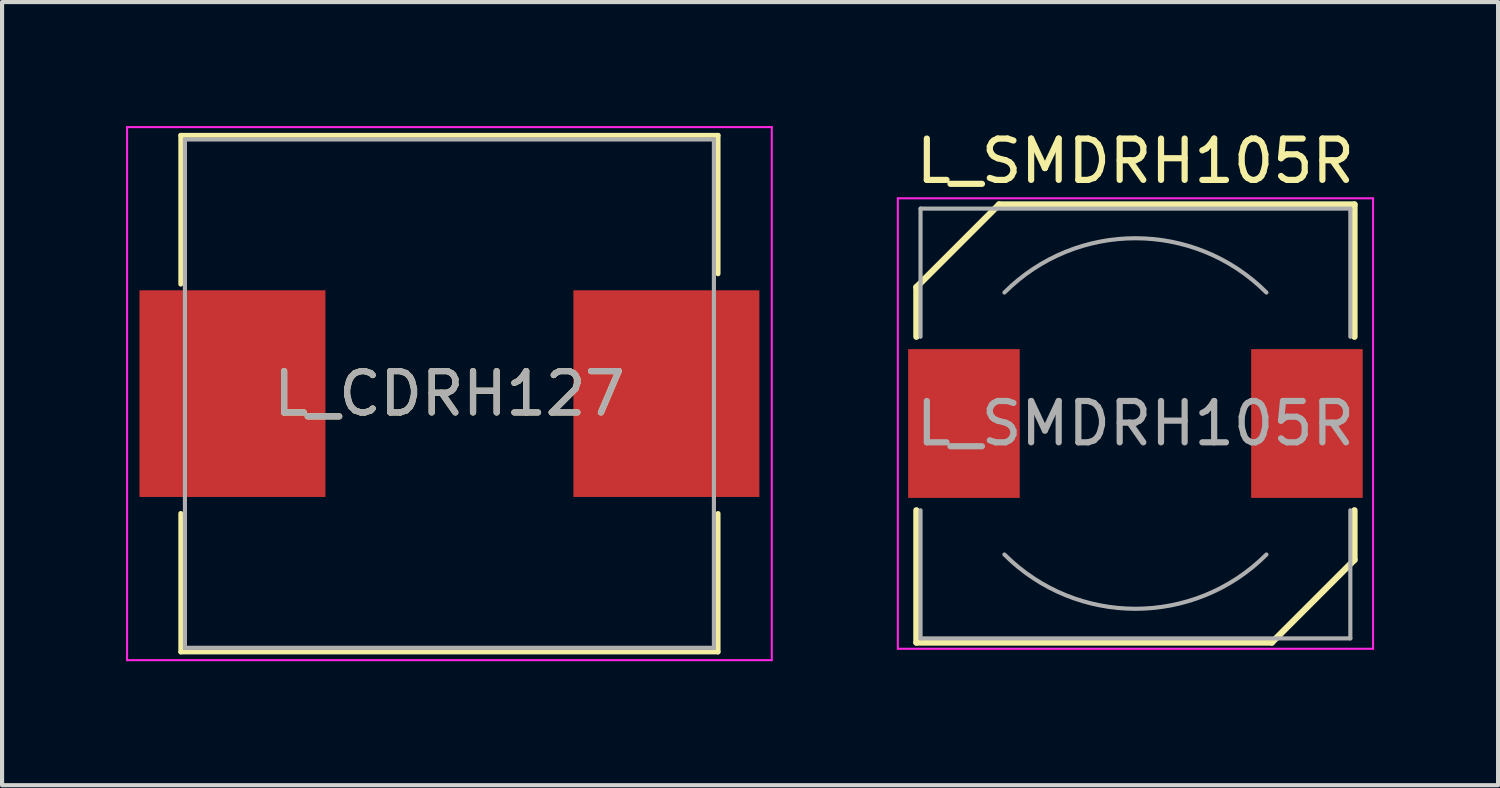
<source format=kicad_pcb>
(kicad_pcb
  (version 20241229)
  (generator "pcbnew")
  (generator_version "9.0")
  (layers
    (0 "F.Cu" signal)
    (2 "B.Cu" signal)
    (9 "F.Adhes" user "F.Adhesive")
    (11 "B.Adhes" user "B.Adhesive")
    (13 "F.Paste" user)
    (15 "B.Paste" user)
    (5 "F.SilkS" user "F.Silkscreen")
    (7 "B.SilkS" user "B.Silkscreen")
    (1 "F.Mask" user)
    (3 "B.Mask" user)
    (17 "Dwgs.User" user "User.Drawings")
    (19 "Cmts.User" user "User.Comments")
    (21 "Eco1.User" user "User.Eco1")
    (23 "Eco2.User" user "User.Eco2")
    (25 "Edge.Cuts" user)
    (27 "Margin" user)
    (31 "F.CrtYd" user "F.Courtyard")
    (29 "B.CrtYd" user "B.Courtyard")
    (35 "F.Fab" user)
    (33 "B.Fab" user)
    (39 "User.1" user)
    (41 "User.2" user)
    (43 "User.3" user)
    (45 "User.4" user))
  (footprint "L_SMDRH105R"
    (layer "F.Cu")
    (at 24.425 7.198)
    (property "Reference" "L_SMDRH105R" (at 0 -6.35 0) (layer "F.SilkS") (effects (font (size 1 1) (thickness 0.15))))
    (attr smd)
    (fp_line (start -5.3 -2.1) (end -5.3 -3.3) (stroke (width 0.152) (type solid)) (layer "F.SilkS"))
    (fp_line (start -5.3 5.3) (end -5.3 2.1) (stroke (width 0.152) (type solid)) (layer "F.SilkS"))
    (fp_line (start -3.3 -5.3) (end -5.3 -3.3) (stroke (width 0.152) (type solid)) (layer "F.SilkS"))
    (fp_line (start -3.3 -5.3) (end 5.3 -5.3) (stroke (width 0.152) (type solid)) (layer "F.SilkS"))
    (fp_line (start 3.3 5.3) (end -5.3 5.3) (stroke (width 0.152) (type solid)) (layer "F.SilkS"))
    (fp_line (start 5.3 -5.3) (end 5.3 -2.1) (stroke (width 0.152) (type solid)) (layer "F.SilkS"))
    (fp_line (start 5.3 2.1) (end 5.3 3.3) (stroke (width 0.152) (type solid)) (layer "F.SilkS"))
    (fp_line (start 5.3 3.3) (end 3.3 5.3) (stroke (width 0.152) (type solid)) (layer "F.SilkS"))
    (fp_line (start -5.75 -5.45) (end -5.75 5.45) (stroke (width 0.05) (type solid)) (layer "F.CrtYd"))
    (fp_line (start -5.75 5.45) (end 5.75 5.45) (stroke (width 0.05) (type solid)) (layer "F.CrtYd"))
    (fp_line (start 5.75 -5.45) (end -5.75 -5.45) (stroke (width 0.05) (type solid)) (layer "F.CrtYd"))
    (fp_line (start 5.75 5.45) (end 5.75 -5.45) (stroke (width 0.05) (type solid)) (layer "F.CrtYd"))
    (fp_line (start -5.2 -5.2) (end -5.2 -2.1) (stroke (width 0.1) (type solid)) (layer "F.Fab"))
    (fp_line (start -5.2 -5.2) (end 5.2 -5.2) (stroke (width 0.1) (type solid)) (layer "F.Fab"))
    (fp_line (start -5.2 5.2) (end -5.2 2.1) (stroke (width 0.1) (type solid)) (layer "F.Fab"))
    (fp_line (start -5.2 5.2) (end 5.2 5.2) (stroke (width 0.1) (type solid)) (layer "F.Fab"))
    (fp_line (start 5.2 -5.2) (end 5.2 -2.1) (stroke (width 0.1) (type solid)) (layer "F.Fab"))
    (fp_line (start 5.2 5.2) (end 5.2 2.1) (stroke (width 0.1) (type solid)) (layer "F.Fab"))
    (fp_arc (start -3.17 -3.17) (mid 0 -4.483057) (end 3.17 -3.17) (stroke (width 0.1) (type solid)) (layer "F.Fab"))
    (fp_arc (start 3.17 3.17) (mid 0 4.483057) (end -3.17 3.17) (stroke (width 0.1) (type solid)) (layer "F.Fab"))
    (fp_text user "${REFERENCE}" (at 0 0 0) (layer "F.Fab") (effects (font (size 1 1) (thickness 0.15))))
    (pad "1" smd rect (at -4.15 0) (size 2.7 3.6) (layers "F.Cu" "F.Mask" "F.Paste"))
    (pad "2" smd rect (at 4.15 0) (size 2.7 3.6) (layers "F.Cu" "F.Mask" "F.Paste")))
  (footprint "L_CDRH127"
    (layer "F.Cu")
    (at 7.825 6.475)
    (property "Reference" "L_CDRH127" (at 0 0 0) (layer "F.SilkS") (effects (font (size 1 1) (thickness 0.15))))
    (attr smd)
    (fp_line (start -6.5 -6.25) (end 6.5 -6.25) (stroke (width 0.12) (type solid)) (layer "F.SilkS"))
    (fp_line (start -6.5 -2.65) (end -6.5 -6.25) (stroke (width 0.12) (type solid)) (layer "F.SilkS"))
    (fp_line (start -6.5 2.9) (end -6.5 6.25) (stroke (width 0.12) (type solid)) (layer "F.SilkS"))
    (fp_line (start -6.5 6.25) (end 6.5 6.25) (stroke (width 0.12) (type solid)) (layer "F.SilkS"))
    (fp_line (start 6.5 -6.25) (end 6.5 -2.9) (stroke (width 0.12) (type solid)) (layer "F.SilkS"))
    (fp_line (start 6.5 6.25) (end 6.5 2.9) (stroke (width 0.12) (type solid)) (layer "F.SilkS"))
    (fp_line (start -7.8 -6.45) (end -7.8 6.45) (stroke (width 0.05) (type solid)) (layer "F.CrtYd"))
    (fp_line (start -7.8 6.45) (end 7.8 6.45) (stroke (width 0.05) (type solid)) (layer "F.CrtYd"))
    (fp_line (start 7.8 -6.45) (end -7.8 -6.45) (stroke (width 0.05) (type solid)) (layer "F.CrtYd"))
    (fp_line (start 7.8 6.45) (end 7.8 -6.45) (stroke (width 0.05) (type solid)) (layer "F.CrtYd"))
    (fp_line (start -6.4 -6.15) (end -6.4 6.15) (stroke (width 0.1) (type solid)) (layer "F.Fab"))
    (fp_line (start -6.4 6.15) (end 6.4 6.15) (stroke (width 0.1) (type solid)) (layer "F.Fab"))
    (fp_line (start 6.4 -6.15) (end -6.4 -6.15) (stroke (width 0.1) (type solid)) (layer "F.Fab"))
    (fp_line (start 6.4 6.15) (end 6.4 -6.15) (stroke (width 0.1) (type solid)) (layer "F.Fab"))
    (fp_text user "${REFERENCE}" (at 0 0 0) (layer "F.Fab") (effects (font (size 1 1) (thickness 0.15))))
    (pad "1" smd rect (at -5.25 0) (size 4.5 5) (layers "F.Cu" "F.Mask" "F.Paste"))
    (pad "2" smd rect (at 5.25 0) (size 4.5 5) (layers "F.Cu" "F.Mask" "F.Paste")))
  (gr_rect
    (start -3 -3)
    (end 33.2 15.95)
    (stroke (width 0.1) (type default))
    (fill no)
    (layer "Edge.Cuts")))
</source>
